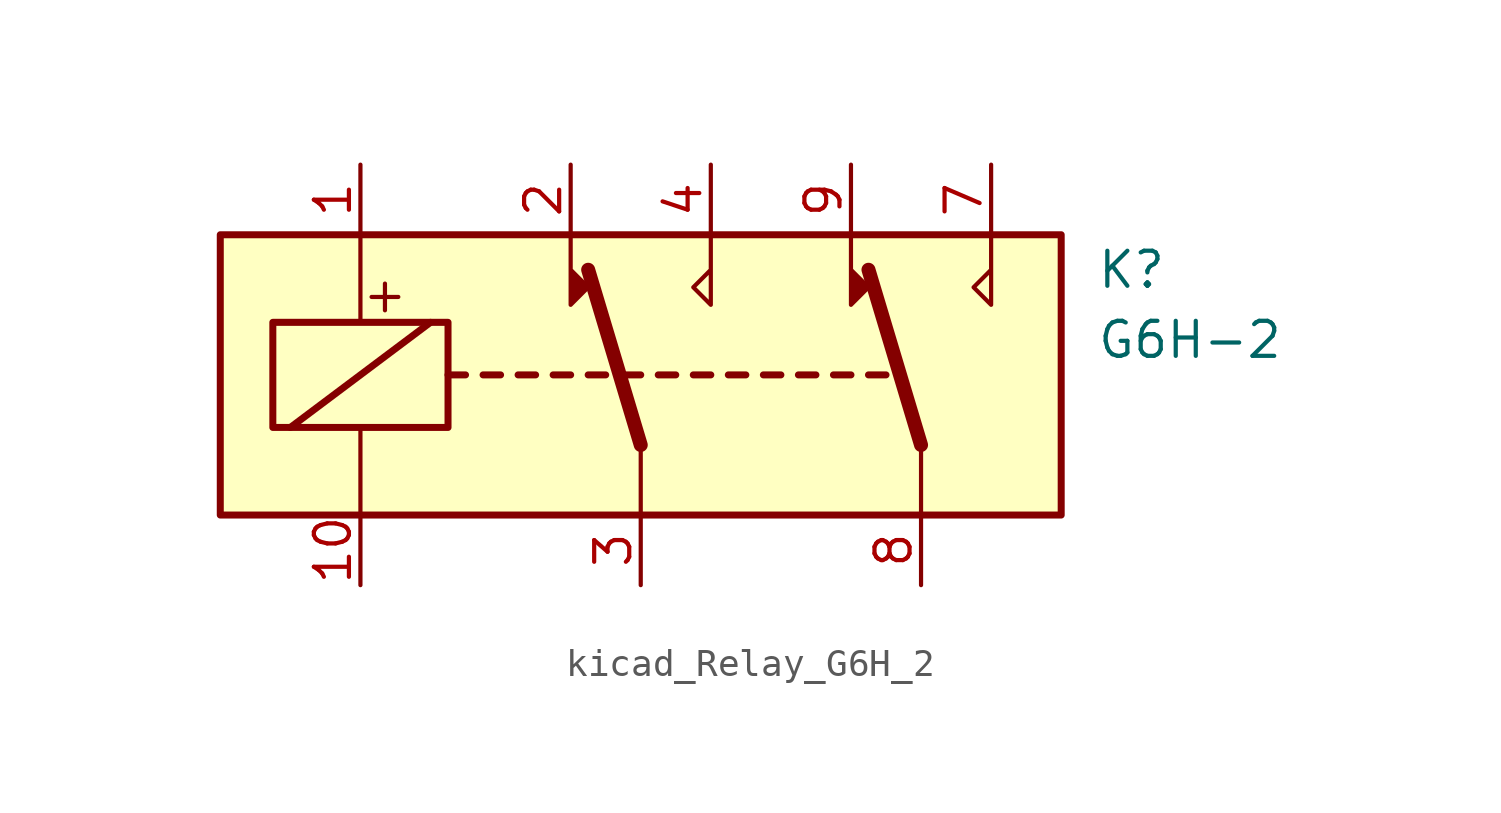
<source format=kicad_sym>
(kicad_symbol_lib
  (version 20220914)
  (generator kicad_symbol_editor)
  (symbol "kicad_Relay_G6H_2"
    (property "Reference" "K"
      (at 16.51 3.81 0)
      (effects (font (size 1.27 1.27)) (justify left)))
    (property "Value" "G6H-2"
      (at 16.51 1.27 0)
      (effects (font (size 1.27 1.27)) (justify left)))
    (symbol "kicad_Relay_G6H_2_0_0"
      (text "+" (at -9.271 2.921 0) (effects (font (size 1.27 1.27)))))
    (symbol "kicad_Relay_G6H_2_0_1"
      (rectangle (start -15.24 5.08) (end 15.24 -5.08) (stroke (width 0.254) (type default)) (fill (type background)))
      (rectangle (start -13.335 1.905) (end -6.985 -1.905) (stroke (width 0.254) (type default)) (fill (type none)))
      (polyline (pts (xy -12.7 -1.905) (xy -7.62 1.905)) (stroke (width 0.254) (type default)) (fill (type none)))
      (polyline (pts (xy -10.16 -5.08) (xy -10.16 -1.905)) (stroke (width 0) (type default)) (fill (type none)))
      (polyline (pts (xy -10.16 5.08) (xy -10.16 1.905)) (stroke (width 0) (type default)) (fill (type none)))
      (polyline (pts (xy -6.985 0) (xy -6.35 0)) (stroke (width 0.254) (type default)) (fill (type none)))
      (polyline (pts (xy -5.715 0) (xy -5.08 0)) (stroke (width 0.254) (type default)) (fill (type none)))
      (polyline (pts (xy -4.445 0) (xy -3.81 0)) (stroke (width 0.254) (type default)) (fill (type none)))
      (polyline (pts (xy -3.175 0) (xy -2.54 0)) (stroke (width 0.254) (type default)) (fill (type none)))
      (polyline (pts (xy -1.905 0) (xy -1.27 0)) (stroke (width 0.254) (type default)) (fill (type none)))
      (polyline (pts (xy -0.635 0) (xy 0 0)) (stroke (width 0.254) (type default)) (fill (type none)))
      (polyline (pts (xy 0 -2.54) (xy -1.905 3.81)) (stroke (width 0.508) (type default)) (fill (type none)))
      (polyline (pts (xy 0 -2.54) (xy 0 -5.08)) (stroke (width 0) (type default)) (fill (type none)))
      (polyline (pts (xy 0.635 0) (xy 1.27 0)) (stroke (width 0.254) (type default)) (fill (type none)))
      (polyline (pts (xy 1.905 0) (xy 2.54 0)) (stroke (width 0.254) (type default)) (fill (type none)))
      (polyline (pts (xy 3.175 0) (xy 3.81 0)) (stroke (width 0.254) (type default)) (fill (type none)))
      (polyline (pts (xy 4.445 0) (xy 5.08 0)) (stroke (width 0.254) (type default)) (fill (type none)))
      (polyline (pts (xy 5.715 0) (xy 6.35 0)) (stroke (width 0.254) (type default)) (fill (type none)))
      (polyline (pts (xy 6.985 0) (xy 7.62 0)) (stroke (width 0.254) (type default)) (fill (type none)))
      (polyline (pts (xy 8.255 0) (xy 8.89 0)) (stroke (width 0.254) (type default)) (fill (type none)))
      (polyline (pts (xy 10.16 -2.54) (xy 8.255 3.81)) (stroke (width 0.508) (type default)) (fill (type none)))
      (polyline (pts (xy 10.16 -2.54) (xy 10.16 -5.08)) (stroke (width 0) (type default)) (fill (type none)))
      (polyline (pts (xy -2.54 5.08) (xy -2.54 2.54) (xy -1.905 3.175) (xy -2.54 3.81)) (stroke (width 0) (type default)) (fill (type outline)))
      (polyline (pts (xy 2.54 5.08) (xy 2.54 2.54) (xy 1.905 3.175) (xy 2.54 3.81)) (stroke (width 0) (type default)) (fill (type none)))
      (polyline (pts (xy 7.62 5.08) (xy 7.62 2.54) (xy 8.255 3.175) (xy 7.62 3.81)) (stroke (width 0) (type default)) (fill (type outline)))
      (polyline (pts (xy 12.7 5.08) (xy 12.7 2.54) (xy 12.065 3.175) (xy 12.7 3.81)) (stroke (width 0) (type default)) (fill (type none))))
    (symbol "kicad_Relay_G6H_2_1_1"
      (pin passive line (at -10.16 7.62 270) (length 2.54) (name "~" (effects (font (size 1.27 1.27)))) (number "1" (effects (font (size 1.27 1.27)))))
      (pin passive line (at -10.16 -7.62 90) (length 2.54) (name "~" (effects (font (size 1.27 1.27)))) (number "10" (effects (font (size 1.27 1.27)))))
      (pin passive line (at -2.54 7.62 270) (length 2.54) (name "~" (effects (font (size 1.27 1.27)))) (number "2" (effects (font (size 1.27 1.27)))))
      (pin passive line (at 0 -7.62 90) (length 2.54) (name "~" (effects (font (size 1.27 1.27)))) (number "3" (effects (font (size 1.27 1.27)))))
      (pin passive line (at 2.54 7.62 270) (length 2.54) (name "~" (effects (font (size 1.27 1.27)))) (number "4" (effects (font (size 1.27 1.27)))))
      (pin no_connect line (at 5.08 -5.08 90) (length 2.54) hide (name "NC" (effects (font (size 1.27 1.27)))) (number "5" (effects (font (size 1.27 1.27)))))
      (pin no_connect line (at 2.54 -5.08 90) (length 2.54) hide (name "NC" (effects (font (size 1.27 1.27)))) (number "6" (effects (font (size 1.27 1.27)))))
      (pin passive line (at 12.7 7.62 270) (length 2.54) (name "~" (effects (font (size 1.27 1.27)))) (number "7" (effects (font (size 1.27 1.27)))))
      (pin passive line (at 10.16 -7.62 90) (length 2.54) (name "~" (effects (font (size 1.27 1.27)))) (number "8" (effects (font (size 1.27 1.27)))))
      (pin passive line (at 7.62 7.62 270) (length 2.54) (name "~" (effects (font (size 1.27 1.27)))) (number "9" (effects (font (size 1.27 1.27))))))))
</source>
